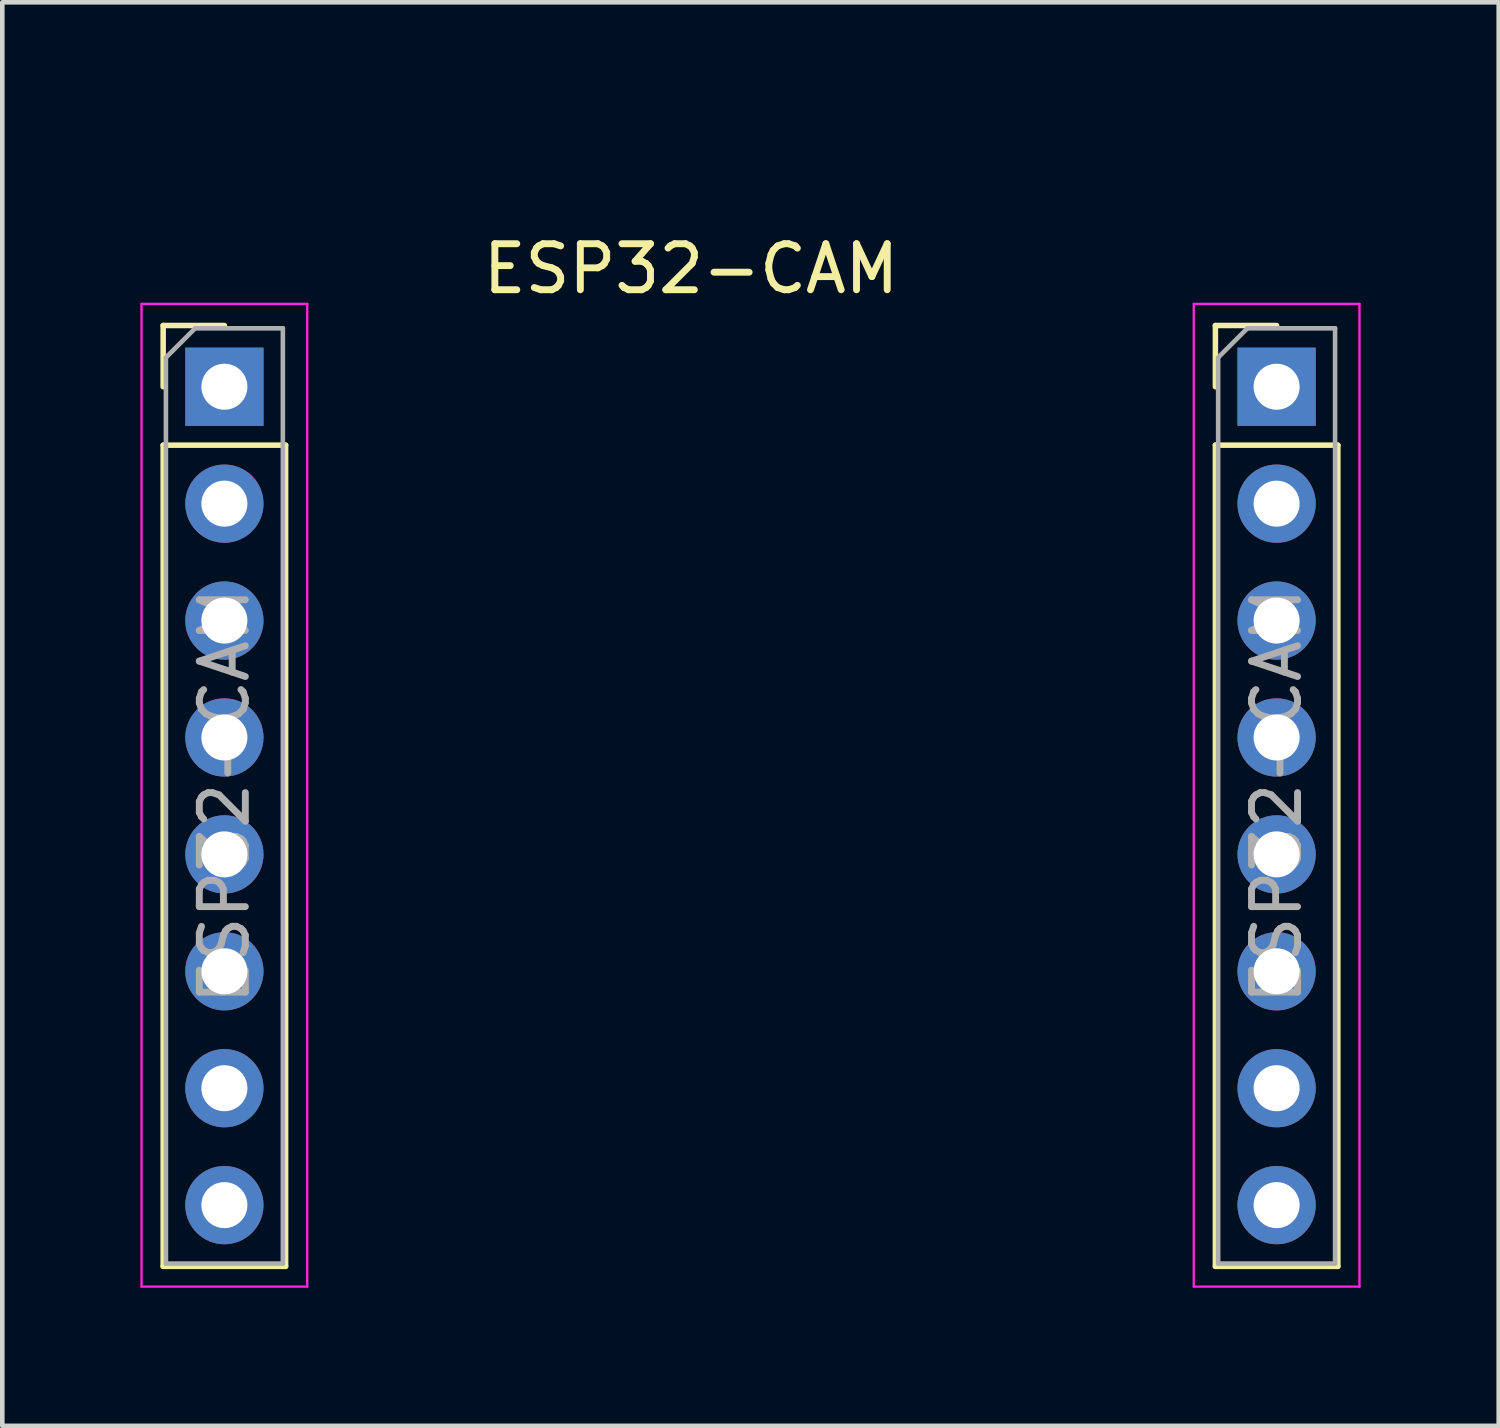
<source format=kicad_pcb>
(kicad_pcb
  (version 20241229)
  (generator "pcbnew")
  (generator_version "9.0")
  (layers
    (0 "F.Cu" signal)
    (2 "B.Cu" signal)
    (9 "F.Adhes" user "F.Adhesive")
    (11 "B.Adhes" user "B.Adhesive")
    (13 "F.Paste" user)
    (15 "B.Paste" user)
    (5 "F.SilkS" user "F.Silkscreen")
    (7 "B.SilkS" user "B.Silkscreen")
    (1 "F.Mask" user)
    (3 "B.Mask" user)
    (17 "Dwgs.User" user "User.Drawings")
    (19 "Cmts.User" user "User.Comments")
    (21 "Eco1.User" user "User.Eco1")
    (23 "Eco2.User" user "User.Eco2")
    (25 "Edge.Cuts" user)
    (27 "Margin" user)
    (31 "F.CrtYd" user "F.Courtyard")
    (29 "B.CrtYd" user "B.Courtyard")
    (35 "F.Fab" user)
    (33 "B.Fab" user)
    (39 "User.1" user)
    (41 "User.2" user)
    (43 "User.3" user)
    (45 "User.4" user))
  (footprint "ESP32-CAM"
    (layer "F.Cu")
    (at 11.963 0.25)
    (property "Reference" "ESP32-CAM" (at 0 2.54 0) (layer "F.SilkS") (effects (font (size 1 1) (thickness 0.15))))
    (attr through_hole)
    (fp_line (start -11.468 3.772) (end -10.138 3.772) (stroke (width 0.12) (type solid)) (layer "F.SilkS"))
    (fp_line (start -11.468 5.102) (end -11.468 3.772) (stroke (width 0.12) (type solid)) (layer "F.SilkS"))
    (fp_line (start -11.468 6.372) (end -11.468 24.212) (stroke (width 0.12) (type solid)) (layer "F.SilkS"))
    (fp_line (start -11.468 6.372) (end -8.808 6.372) (stroke (width 0.12) (type solid)) (layer "F.SilkS"))
    (fp_line (start -11.468 24.212) (end -8.808 24.212) (stroke (width 0.12) (type solid)) (layer "F.SilkS"))
    (fp_line (start -8.808 6.372) (end -8.808 24.212) (stroke (width 0.12) (type solid)) (layer "F.SilkS"))
    (fp_line (start 11.392 3.772) (end 12.722 3.772) (stroke (width 0.12) (type solid)) (layer "F.SilkS"))
    (fp_line (start 11.392 5.102) (end 11.392 3.772) (stroke (width 0.12) (type solid)) (layer "F.SilkS"))
    (fp_line (start 11.392 6.372) (end 11.392 24.212) (stroke (width 0.12) (type solid)) (layer "F.SilkS"))
    (fp_line (start 11.392 6.372) (end 14.052 6.372) (stroke (width 0.12) (type solid)) (layer "F.SilkS"))
    (fp_line (start 11.392 24.212) (end 14.052 24.212) (stroke (width 0.12) (type solid)) (layer "F.SilkS"))
    (fp_line (start 14.052 6.372) (end 14.052 24.212) (stroke (width 0.12) (type solid)) (layer "F.SilkS"))
    (fp_line (start -11.938 3.302) (end -11.938 24.652) (stroke (width 0.05) (type solid)) (layer "F.CrtYd"))
    (fp_line (start -11.938 24.652) (end -8.338 24.652) (stroke (width 0.05) (type solid)) (layer "F.CrtYd"))
    (fp_line (start -8.338 3.302) (end -11.938 3.302) (stroke (width 0.05) (type solid)) (layer "F.CrtYd"))
    (fp_line (start -8.338 24.652) (end -8.338 3.302) (stroke (width 0.05) (type solid)) (layer "F.CrtYd"))
    (fp_line (start 10.922 3.302) (end 10.922 24.652) (stroke (width 0.05) (type solid)) (layer "F.CrtYd"))
    (fp_line (start 10.922 24.652) (end 14.522 24.652) (stroke (width 0.05) (type solid)) (layer "F.CrtYd"))
    (fp_line (start 14.522 3.302) (end 10.922 3.302) (stroke (width 0.05) (type solid)) (layer "F.CrtYd"))
    (fp_line (start 14.522 24.652) (end 14.522 3.302) (stroke (width 0.05) (type solid)) (layer "F.CrtYd"))
    (fp_line (start -11.408 4.467) (end -10.773 3.832) (stroke (width 0.1) (type solid)) (layer "F.Fab"))
    (fp_line (start -11.408 24.152) (end -11.408 4.467) (stroke (width 0.1) (type solid)) (layer "F.Fab"))
    (fp_line (start -10.773 3.832) (end -8.868 3.832) (stroke (width 0.1) (type solid)) (layer "F.Fab"))
    (fp_line (start -8.868 3.832) (end -8.868 24.152) (stroke (width 0.1) (type solid)) (layer "F.Fab"))
    (fp_line (start -8.868 24.152) (end -11.408 24.152) (stroke (width 0.1) (type solid)) (layer "F.Fab"))
    (fp_line (start 11.452 4.467) (end 12.087 3.832) (stroke (width 0.1) (type solid)) (layer "F.Fab"))
    (fp_line (start 11.452 24.152) (end 11.452 4.467) (stroke (width 0.1) (type solid)) (layer "F.Fab"))
    (fp_line (start 12.087 3.832) (end 13.992 3.832) (stroke (width 0.1) (type solid)) (layer "F.Fab"))
    (fp_line (start 13.992 3.832) (end 13.992 24.152) (stroke (width 0.1) (type solid)) (layer "F.Fab"))
    (fp_line (start 13.992 24.152) (end 11.452 24.152) (stroke (width 0.1) (type solid)) (layer "F.Fab"))
    (fp_text user "${REFERENCE}" (at 12.722 13.992 90) (layer "F.Fab") (effects (font (size 1 1) (thickness 0.15))))
    (fp_text user "${REFERENCE}" (at -10.138 13.992 90) (layer "F.Fab") (effects (font (size 1 1) (thickness 0.15))))
    (pad "1" thru_hole rect (at -10.138 5.102) (size 1.7 1.7) (drill 1) (layers "*.Cu" "*.Mask"))
    (pad "2" thru_hole oval (at -10.138 7.642) (size 1.7 1.7) (drill 1) (layers "*.Cu" "*.Mask"))
    (pad "3" thru_hole oval (at -10.138 10.182) (size 1.7 1.7) (drill 1) (layers "*.Cu" "*.Mask"))
    (pad "4" thru_hole oval (at -10.138 12.722) (size 1.7 1.7) (drill 1) (layers "*.Cu" "*.Mask"))
    (pad "5" thru_hole oval (at -10.138 15.262) (size 1.7 1.7) (drill 1) (layers "*.Cu" "*.Mask"))
    (pad "6" thru_hole oval (at -10.138 17.802) (size 1.7 1.7) (drill 1) (layers "*.Cu" "*.Mask"))
    (pad "7" thru_hole oval (at -10.138 20.342) (size 1.7 1.7) (drill 1) (layers "*.Cu" "*.Mask"))
    (pad "8" thru_hole oval (at -10.138 22.882) (size 1.7 1.7) (drill 1) (layers "*.Cu" "*.Mask"))
    (pad "9" thru_hole oval (at 12.722 22.882) (size 1.7 1.7) (drill 1) (layers "*.Cu" "*.Mask"))
    (pad "10" thru_hole oval (at 12.722 20.342) (size 1.7 1.7) (drill 1) (layers "*.Cu" "*.Mask"))
    (pad "11" thru_hole oval (at 12.722 17.802) (size 1.7 1.7) (drill 1) (layers "*.Cu" "*.Mask"))
    (pad "12" thru_hole oval (at 12.722 15.262) (size 1.7 1.7) (drill 1) (layers "*.Cu" "*.Mask"))
    (pad "13" thru_hole oval (at 12.722 12.722) (size 1.7 1.7) (drill 1) (layers "*.Cu" "*.Mask"))
    (pad "14" thru_hole oval (at 12.722 10.182) (size 1.7 1.7) (drill 1) (layers "*.Cu" "*.Mask"))
    (pad "15" thru_hole oval (at 12.722 7.642) (size 1.7 1.7) (drill 1) (layers "*.Cu" "*.Mask"))
    (pad "16" thru_hole rect (at 12.722 5.102) (size 1.7 1.7) (drill 1) (layers "*.Cu" "*.Mask")))
  (gr_rect
    (start -3 -3)
    (end 29.51 27.927)
    (stroke (width 0.1) (type default))
    (fill no)
    (layer "Edge.Cuts")))
</source>
